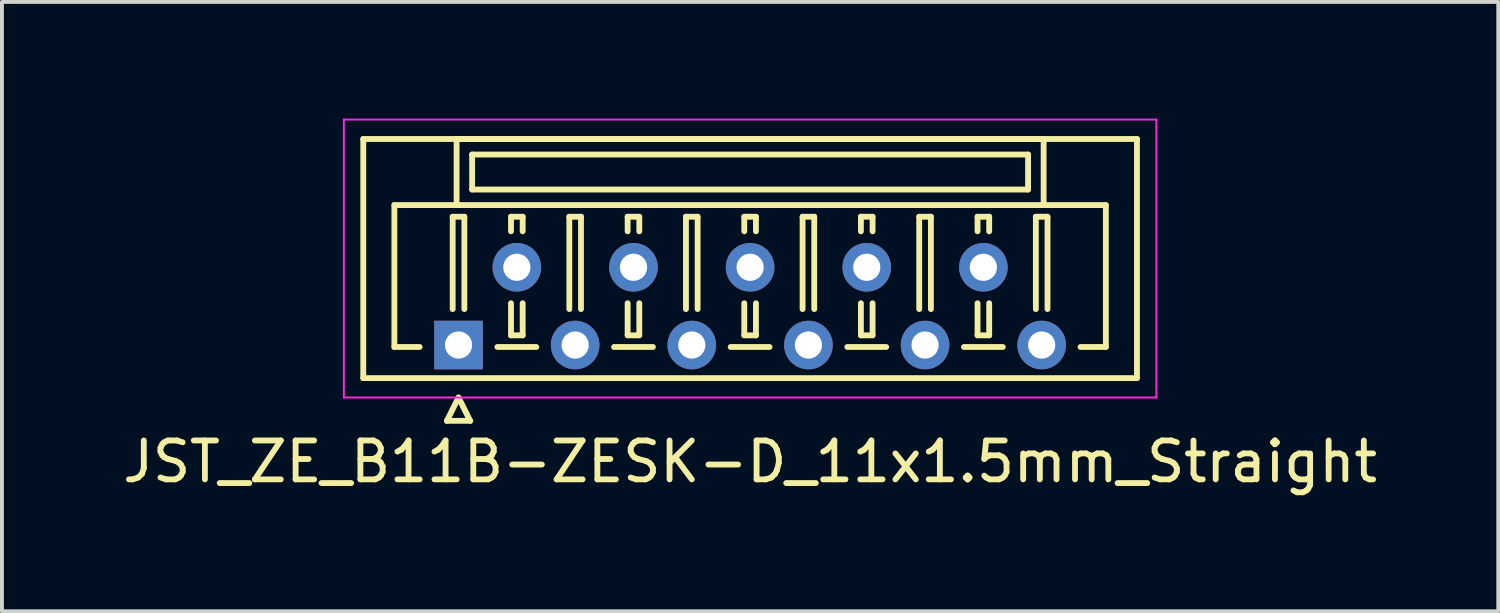
<source format=kicad_pcb>
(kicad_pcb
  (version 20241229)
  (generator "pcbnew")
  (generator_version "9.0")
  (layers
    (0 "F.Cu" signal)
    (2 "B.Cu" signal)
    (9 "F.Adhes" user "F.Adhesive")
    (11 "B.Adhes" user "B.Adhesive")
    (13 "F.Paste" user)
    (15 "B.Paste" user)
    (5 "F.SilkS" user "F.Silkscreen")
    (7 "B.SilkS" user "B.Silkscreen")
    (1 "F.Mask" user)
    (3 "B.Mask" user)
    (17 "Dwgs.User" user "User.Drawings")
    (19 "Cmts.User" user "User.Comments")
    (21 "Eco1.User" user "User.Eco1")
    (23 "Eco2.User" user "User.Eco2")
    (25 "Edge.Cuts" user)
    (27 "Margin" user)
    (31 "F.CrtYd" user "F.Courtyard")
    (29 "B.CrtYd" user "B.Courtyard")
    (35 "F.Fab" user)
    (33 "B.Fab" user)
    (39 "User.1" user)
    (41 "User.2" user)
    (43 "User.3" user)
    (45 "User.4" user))
  (footprint "JST_ZE_B11B-ZESK-D_11x1.5mm_Straight"
    (layer "F.Cu")
    (at 8.744 5.825)
    (property "Reference" "JST_ZE_B11B-ZESK-D_11x1.5mm_Straight" (at 7.5 3 0) (layer "F.SilkS") (effects (font (size 1 1) (thickness 0.15))))
    (attr through_hole)
    (fp_line (start -2.45 -5.3) (end -2.45 0.85) (stroke (width 0.15) (type solid)) (layer "F.SilkS"))
    (fp_line (start -2.45 0.85) (end 17.45 0.85) (stroke (width 0.15) (type solid)) (layer "F.SilkS"))
    (fp_line (start -1.65 -3.6) (end -1.65 0.05) (stroke (width 0.15) (type solid)) (layer "F.SilkS"))
    (fp_line (start -1.65 0.05) (end -1 0.05) (stroke (width 0.15) (type solid)) (layer "F.SilkS"))
    (fp_line (start -0.3 1.95) (end 0 1.35) (stroke (width 0.15) (type solid)) (layer "F.SilkS"))
    (fp_line (start -0.15 -3.3) (end 0.15 -3.3) (stroke (width 0.15) (type solid)) (layer "F.SilkS"))
    (fp_line (start -0.15 -0.925) (end -0.15 -3.3) (stroke (width 0.15) (type solid)) (layer "F.SilkS"))
    (fp_line (start -0.05 -5.3) (end -0.05 -3.6) (stroke (width 0.15) (type solid)) (layer "F.SilkS"))
    (fp_line (start -0.05 -3.6) (end -1.65 -3.6) (stroke (width 0.15) (type solid)) (layer "F.SilkS"))
    (fp_line (start -0.05 -3.6) (end 15.05 -3.6) (stroke (width 0.15) (type solid)) (layer "F.SilkS"))
    (fp_line (start 0 1.35) (end 0.3 1.95) (stroke (width 0.15) (type solid)) (layer "F.SilkS"))
    (fp_line (start 0.15 -3.3) (end 0.15 -0.925) (stroke (width 0.15) (type solid)) (layer "F.SilkS"))
    (fp_line (start 0.3 1.95) (end -0.3 1.95) (stroke (width 0.15) (type solid)) (layer "F.SilkS"))
    (fp_line (start 0.35 -4.9) (end 0.35 -4) (stroke (width 0.15) (type solid)) (layer "F.SilkS"))
    (fp_line (start 0.35 -4) (end 14.65 -4) (stroke (width 0.15) (type solid)) (layer "F.SilkS"))
    (fp_line (start 1 0.05) (end 2 0.05) (stroke (width 0.15) (type solid)) (layer "F.SilkS"))
    (fp_line (start 1.35 -3.3) (end 1.65 -3.3) (stroke (width 0.15) (type solid)) (layer "F.SilkS"))
    (fp_line (start 1.35 -2.925) (end 1.35 -3.3) (stroke (width 0.15) (type solid)) (layer "F.SilkS"))
    (fp_line (start 1.35 -1.075) (end 1.35 -0.25) (stroke (width 0.15) (type solid)) (layer "F.SilkS"))
    (fp_line (start 1.35 -0.25) (end 1.65 -0.25) (stroke (width 0.15) (type solid)) (layer "F.SilkS"))
    (fp_line (start 1.65 -3.3) (end 1.65 -2.925) (stroke (width 0.15) (type solid)) (layer "F.SilkS"))
    (fp_line (start 1.65 -0.25) (end 1.65 -1.075) (stroke (width 0.15) (type solid)) (layer "F.SilkS"))
    (fp_line (start 2.85 -3.3) (end 3.15 -3.3) (stroke (width 0.15) (type solid)) (layer "F.SilkS"))
    (fp_line (start 2.85 -0.925) (end 2.85 -3.3) (stroke (width 0.15) (type solid)) (layer "F.SilkS"))
    (fp_line (start 3.15 -3.3) (end 3.15 -0.925) (stroke (width 0.15) (type solid)) (layer "F.SilkS"))
    (fp_line (start 4 0.05) (end 5 0.05) (stroke (width 0.15) (type solid)) (layer "F.SilkS"))
    (fp_line (start 4.35 -3.3) (end 4.65 -3.3) (stroke (width 0.15) (type solid)) (layer "F.SilkS"))
    (fp_line (start 4.35 -2.925) (end 4.35 -3.3) (stroke (width 0.15) (type solid)) (layer "F.SilkS"))
    (fp_line (start 4.35 -1.075) (end 4.35 -0.25) (stroke (width 0.15) (type solid)) (layer "F.SilkS"))
    (fp_line (start 4.35 -0.25) (end 4.65 -0.25) (stroke (width 0.15) (type solid)) (layer "F.SilkS"))
    (fp_line (start 4.65 -3.3) (end 4.65 -2.925) (stroke (width 0.15) (type solid)) (layer "F.SilkS"))
    (fp_line (start 4.65 -0.25) (end 4.65 -1.075) (stroke (width 0.15) (type solid)) (layer "F.SilkS"))
    (fp_line (start 5.85 -3.3) (end 6.15 -3.3) (stroke (width 0.15) (type solid)) (layer "F.SilkS"))
    (fp_line (start 5.85 -0.925) (end 5.85 -3.3) (stroke (width 0.15) (type solid)) (layer "F.SilkS"))
    (fp_line (start 6.15 -3.3) (end 6.15 -0.925) (stroke (width 0.15) (type solid)) (layer "F.SilkS"))
    (fp_line (start 7 0.05) (end 8 0.05) (stroke (width 0.15) (type solid)) (layer "F.SilkS"))
    (fp_line (start 7.35 -3.3) (end 7.65 -3.3) (stroke (width 0.15) (type solid)) (layer "F.SilkS"))
    (fp_line (start 7.35 -2.925) (end 7.35 -3.3) (stroke (width 0.15) (type solid)) (layer "F.SilkS"))
    (fp_line (start 7.35 -1.075) (end 7.35 -0.25) (stroke (width 0.15) (type solid)) (layer "F.SilkS"))
    (fp_line (start 7.35 -0.25) (end 7.65 -0.25) (stroke (width 0.15) (type solid)) (layer "F.SilkS"))
    (fp_line (start 7.65 -3.3) (end 7.65 -2.925) (stroke (width 0.15) (type solid)) (layer "F.SilkS"))
    (fp_line (start 7.65 -0.25) (end 7.65 -1.075) (stroke (width 0.15) (type solid)) (layer "F.SilkS"))
    (fp_line (start 8.85 -3.3) (end 9.15 -3.3) (stroke (width 0.15) (type solid)) (layer "F.SilkS"))
    (fp_line (start 8.85 -0.925) (end 8.85 -3.3) (stroke (width 0.15) (type solid)) (layer "F.SilkS"))
    (fp_line (start 9.15 -3.3) (end 9.15 -0.925) (stroke (width 0.15) (type solid)) (layer "F.SilkS"))
    (fp_line (start 10 0.05) (end 11 0.05) (stroke (width 0.15) (type solid)) (layer "F.SilkS"))
    (fp_line (start 10.35 -3.3) (end 10.65 -3.3) (stroke (width 0.15) (type solid)) (layer "F.SilkS"))
    (fp_line (start 10.35 -2.925) (end 10.35 -3.3) (stroke (width 0.15) (type solid)) (layer "F.SilkS"))
    (fp_line (start 10.35 -1.075) (end 10.35 -0.25) (stroke (width 0.15) (type solid)) (layer "F.SilkS"))
    (fp_line (start 10.35 -0.25) (end 10.65 -0.25) (stroke (width 0.15) (type solid)) (layer "F.SilkS"))
    (fp_line (start 10.65 -3.3) (end 10.65 -2.925) (stroke (width 0.15) (type solid)) (layer "F.SilkS"))
    (fp_line (start 10.65 -0.25) (end 10.65 -1.075) (stroke (width 0.15) (type solid)) (layer "F.SilkS"))
    (fp_line (start 11.85 -3.3) (end 12.15 -3.3) (stroke (width 0.15) (type solid)) (layer "F.SilkS"))
    (fp_line (start 11.85 -0.925) (end 11.85 -3.3) (stroke (width 0.15) (type solid)) (layer "F.SilkS"))
    (fp_line (start 12.15 -3.3) (end 12.15 -0.925) (stroke (width 0.15) (type solid)) (layer "F.SilkS"))
    (fp_line (start 13 0.05) (end 14 0.05) (stroke (width 0.15) (type solid)) (layer "F.SilkS"))
    (fp_line (start 13.35 -3.3) (end 13.65 -3.3) (stroke (width 0.15) (type solid)) (layer "F.SilkS"))
    (fp_line (start 13.35 -2.925) (end 13.35 -3.3) (stroke (width 0.15) (type solid)) (layer "F.SilkS"))
    (fp_line (start 13.35 -1.075) (end 13.35 -0.25) (stroke (width 0.15) (type solid)) (layer "F.SilkS"))
    (fp_line (start 13.35 -0.25) (end 13.65 -0.25) (stroke (width 0.15) (type solid)) (layer "F.SilkS"))
    (fp_line (start 13.65 -3.3) (end 13.65 -2.925) (stroke (width 0.15) (type solid)) (layer "F.SilkS"))
    (fp_line (start 13.65 -0.25) (end 13.65 -1.075) (stroke (width 0.15) (type solid)) (layer "F.SilkS"))
    (fp_line (start 14.65 -4.9) (end 0.35 -4.9) (stroke (width 0.15) (type solid)) (layer "F.SilkS"))
    (fp_line (start 14.65 -4) (end 14.65 -4.9) (stroke (width 0.15) (type solid)) (layer "F.SilkS"))
    (fp_line (start 14.85 -3.3) (end 15.15 -3.3) (stroke (width 0.15) (type solid)) (layer "F.SilkS"))
    (fp_line (start 14.85 -0.925) (end 14.85 -3.3) (stroke (width 0.15) (type solid)) (layer "F.SilkS"))
    (fp_line (start 15.05 -5.3) (end -0.05 -5.3) (stroke (width 0.15) (type solid)) (layer "F.SilkS"))
    (fp_line (start 15.05 -3.6) (end 15.05 -5.3) (stroke (width 0.15) (type solid)) (layer "F.SilkS"))
    (fp_line (start 15.05 -3.6) (end 16.65 -3.6) (stroke (width 0.15) (type solid)) (layer "F.SilkS"))
    (fp_line (start 15.15 -3.3) (end 15.15 -0.925) (stroke (width 0.15) (type solid)) (layer "F.SilkS"))
    (fp_line (start 16.65 -3.6) (end 16.65 0.05) (stroke (width 0.15) (type solid)) (layer "F.SilkS"))
    (fp_line (start 16.65 0.05) (end 16 0.05) (stroke (width 0.15) (type solid)) (layer "F.SilkS"))
    (fp_line (start 17.45 -5.3) (end -2.45 -5.3) (stroke (width 0.15) (type solid)) (layer "F.SilkS"))
    (fp_line (start 17.45 0.85) (end 17.45 -5.3) (stroke (width 0.15) (type solid)) (layer "F.SilkS"))
    (fp_line (start -2.95 -5.8) (end -2.95 1.35) (stroke (width 0.05) (type solid)) (layer "F.CrtYd"))
    (fp_line (start -2.95 1.35) (end 17.95 1.35) (stroke (width 0.05) (type solid)) (layer "F.CrtYd"))
    (fp_line (start 17.95 -5.8) (end -2.95 -5.8) (stroke (width 0.05) (type solid)) (layer "F.CrtYd"))
    (fp_line (start 17.95 1.35) (end 17.95 -5.8) (stroke (width 0.05) (type solid)) (layer "F.CrtYd"))
    (pad "1" thru_hole rect (at 0 0) (size 1.25 1.25) (drill 0.7) (layers "*.Cu" "*.Mask"))
    (pad "2" thru_hole circle (at 1.5 -2) (size 1.25 1.25) (drill 0.7) (layers "*.Cu" "*.Mask"))
    (pad "3" thru_hole circle (at 3 0) (size 1.25 1.25) (drill 0.7) (layers "*.Cu" "*.Mask"))
    (pad "4" thru_hole circle (at 4.5 -2) (size 1.25 1.25) (drill 0.7) (layers "*.Cu" "*.Mask"))
    (pad "5" thru_hole circle (at 6 0) (size 1.25 1.25) (drill 0.7) (layers "*.Cu" "*.Mask"))
    (pad "6" thru_hole circle (at 7.5 -2) (size 1.25 1.25) (drill 0.7) (layers "*.Cu" "*.Mask"))
    (pad "7" thru_hole circle (at 9 0) (size 1.25 1.25) (drill 0.7) (layers "*.Cu" "*.Mask"))
    (pad "8" thru_hole circle (at 10.5 -2) (size 1.25 1.25) (drill 0.7) (layers "*.Cu" "*.Mask"))
    (pad "9" thru_hole circle (at 12 0) (size 1.25 1.25) (drill 0.7) (layers "*.Cu" "*.Mask"))
    (pad "10" thru_hole circle (at 13.5 -2) (size 1.25 1.25) (drill 0.7) (layers "*.Cu" "*.Mask"))
    (pad "11" thru_hole circle (at 15 0) (size 1.25 1.25) (drill 0.7) (layers "*.Cu" "*.Mask")))
  (gr_rect
    (start -3 -3)
    (end 35.488 12.673)
    (stroke (width 0.1) (type default))
    (fill no)
    (layer "Edge.Cuts")))
</source>
